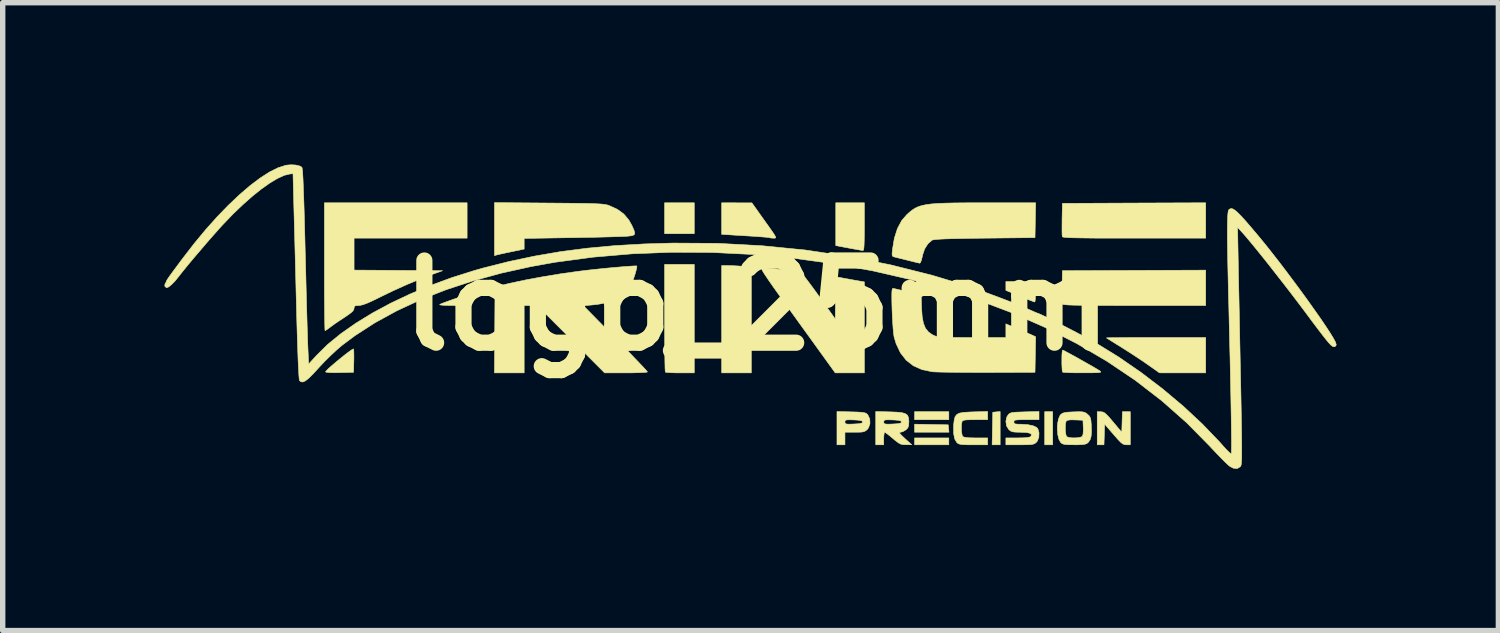
<source format=kicad_pcb>
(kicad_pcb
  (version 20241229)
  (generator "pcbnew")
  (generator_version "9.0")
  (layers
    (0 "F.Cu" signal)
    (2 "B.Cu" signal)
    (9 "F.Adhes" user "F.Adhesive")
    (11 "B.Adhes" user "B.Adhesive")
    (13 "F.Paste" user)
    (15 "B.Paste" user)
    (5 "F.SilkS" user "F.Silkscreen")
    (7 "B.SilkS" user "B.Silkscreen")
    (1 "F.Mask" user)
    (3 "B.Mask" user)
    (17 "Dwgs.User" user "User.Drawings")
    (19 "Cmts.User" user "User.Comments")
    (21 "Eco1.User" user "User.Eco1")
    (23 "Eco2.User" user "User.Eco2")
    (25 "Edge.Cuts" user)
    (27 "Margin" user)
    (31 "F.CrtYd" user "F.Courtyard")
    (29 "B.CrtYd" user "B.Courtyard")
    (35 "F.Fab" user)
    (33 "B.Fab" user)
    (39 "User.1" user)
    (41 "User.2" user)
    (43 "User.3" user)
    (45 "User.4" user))
  (footprint "logo_25mm"
    (layer "F.Cu")
    (at 10.987 2.615)
    (property "Reference" "logo_25mm" (at 0 0 0) (layer "F.SilkS") (effects (font (size 1.524 1.524) (thickness 0.3))))
    (attr through_hole)
    (fp_poly (pts (xy -1.164 -1.333) (xy -1.714 -1.333) (xy -1.714 -1.905) (xy -1.164 -1.905) (xy -1.164 -1.333)) (stroke (width 0.01) (type solid)) (fill yes) (layer "F.SilkS"))
    (fp_poly (pts (xy 3.556 2.117) (xy 2.921 2.117) (xy 2.921 1.968) (xy 3.556 1.968) (xy 3.556 2.117)) (stroke (width 0.01) (type solid)) (fill yes) (layer "F.SilkS"))
    (fp_poly (pts (xy 3.556 2.582) (xy 2.921 2.582) (xy 2.921 2.455) (xy 3.556 2.455) (xy 3.556 2.582)) (stroke (width 0.01) (type solid)) (fill yes) (layer "F.SilkS"))
    (fp_poly (pts (xy 5.482 2.582) (xy 5.334 2.582) (xy 5.334 1.968) (xy 5.482 1.968) (xy 5.482 2.582)) (stroke (width 0.01) (type solid)) (fill yes) (layer "F.SilkS"))
    (fp_poly (pts (xy 4.508 2.582) (xy 4.359 2.582) (xy 4.371 1.979) (xy 4.44 1.972) (xy 4.508 1.966) (xy 4.508 2.582)) (stroke (width 0.01) (type solid)) (fill yes) (layer "F.SilkS"))
    (fp_poly (pts (xy 3.233 2.206) (xy 3.545 2.212) (xy 3.552 2.281) (xy 3.559 2.349) (xy 2.921 2.349) (xy 2.921 2.2) (xy 3.233 2.206)) (stroke (width 0.01) (type solid)) (fill yes) (layer "F.SilkS"))
    (fp_poly (pts (xy -0.462 -0.739) (xy -0.362 -0.734) (xy -0.268 -0.727) (xy -0.106 -0.713) (xy -0.106 1.249) (xy -0.656 1.249) (xy -0.656 -0.741) (xy -0.543 -0.741) (xy -0.462 -0.739)) (stroke (width 0.01) (type solid)) (fill yes) (layer "F.SilkS"))
    (fp_poly (pts (xy 5.165 -0.254) (xy 5.163 -0.17) (xy 5.159 -0.106) (xy 5.152 -0.069) (xy 5.149 -0.065) (xy 5.124 -0.073) (xy 5.069 -0.094) (xy 4.989 -0.126) (xy 4.894 -0.165) (xy 4.874 -0.173) (xy 4.614 -0.281) (xy 4.614 -0.445) (xy 5.165 -0.445) (xy 5.165 -0.254)) (stroke (width 0.01) (type solid)) (fill yes) (layer "F.SilkS"))
    (fp_poly (pts (xy 1.99 -1.46) (xy 1.989 -1.305) (xy 1.987 -1.188) (xy 1.984 -1.105) (xy 1.979 -1.052) (xy 1.971 -1.025) (xy 1.963 -1.019) (xy 1.933 -1.024) (xy 1.87 -1.035) (xy 1.785 -1.05) (xy 1.699 -1.066) (xy 1.46 -1.111) (xy 1.46 -1.905) (xy 1.99 -1.905) (xy 1.99 -1.46)) (stroke (width 0.01) (type solid)) (fill yes) (layer "F.SilkS"))
    (fp_poly (pts (xy -5.384 -0.172) (xy -5.377 -0.124) (xy -5.376 -0.095) (xy -5.376 0) (xy -5.646 -0.001) (xy -5.756 -0.002) (xy -5.834 -0.006) (xy -5.878 -0.012) (xy -5.884 -0.02) (xy -5.852 -0.034) (xy -5.791 -0.058) (xy -5.711 -0.087) (xy -5.624 -0.118) (xy -5.538 -0.147) (xy -5.465 -0.171) (xy -5.413 -0.187) (xy -5.395 -0.191) (xy -5.384 -0.172)) (stroke (width 0.01) (type solid)) (fill yes) (layer "F.SilkS"))
    (fp_poly (pts (xy -1.164 1.249) (xy -1.425 1.249) (xy -1.526 1.248) (xy -1.612 1.245) (xy -1.672 1.24) (xy -1.7 1.235) (xy -1.7 1.235) (xy -1.703 1.211) (xy -1.706 1.15) (xy -1.708 1.054) (xy -1.71 0.929) (xy -1.712 0.779) (xy -1.713 0.607) (xy -1.714 0.418) (xy -1.714 0.229) (xy -1.714 -0.762) (xy -1.164 -0.762) (xy -1.164 1.249)) (stroke (width 0.01) (type solid)) (fill yes) (layer "F.SilkS"))
    (fp_poly (pts (xy -7.478 0.824) (xy -7.476 0.877) (xy -7.475 0.955) (xy -7.476 1.021) (xy -7.482 1.238) (xy -7.742 1.244) (xy -7.855 1.245) (xy -7.939 1.242) (xy -7.989 1.236) (xy -8.001 1.229) (xy -7.985 1.208) (xy -7.943 1.166) (xy -7.881 1.111) (xy -7.806 1.047) (xy -7.725 0.981) (xy -7.646 0.917) (xy -7.575 0.863) (xy -7.52 0.824) (xy -7.487 0.805) (xy -7.483 0.804) (xy -7.478 0.824)) (stroke (width 0.01) (type solid)) (fill yes) (layer "F.SilkS"))
    (fp_poly (pts (xy 8.319 -1.249) (xy 6.995 -1.249) (xy 6.716 -1.249) (xy 6.478 -1.249) (xy 6.276 -1.25) (xy 6.108 -1.252) (xy 5.971 -1.254) (xy 5.864 -1.256) (xy 5.782 -1.259) (xy 5.724 -1.263) (xy 5.686 -1.267) (xy 5.666 -1.272) (xy 5.661 -1.276) (xy 5.657 -1.307) (xy 5.655 -1.371) (xy 5.655 -1.46) (xy 5.656 -1.566) (xy 5.656 -1.599) (xy 5.662 -1.894) (xy 6.99 -1.9) (xy 8.319 -1.905) (xy 8.319 -1.249)) (stroke (width 0.01) (type solid)) (fill yes) (layer "F.SilkS"))
    (fp_poly (pts (xy 8.319 0) (xy 6.995 0) (xy 6.716 -0.000151) (xy 6.478 -0.001) (xy 6.276 -0.002) (xy 6.108 -0.003) (xy 5.971 -0.005) (xy 5.864 -0.007) (xy 5.782 -0.01) (xy 5.724 -0.014) (xy 5.686 -0.018) (xy 5.666 -0.023) (xy 5.661 -0.027) (xy 5.657 -0.058) (xy 5.655 -0.122) (xy 5.655 -0.211) (xy 5.656 -0.317) (xy 5.656 -0.35) (xy 5.662 -0.646) (xy 6.99 -0.651) (xy 8.319 -0.656) (xy 8.319 0)) (stroke (width 0.01) (type solid)) (fill yes) (layer "F.SilkS"))
    (fp_poly (pts (xy -0.376 -1.904) (xy -0.095 -1.903) (xy 0.116 -1.606) (xy 0.202 -1.486) (xy 0.265 -1.396) (xy 0.309 -1.333) (xy 0.335 -1.29) (xy 0.346 -1.265) (xy 0.344 -1.253) (xy 0.331 -1.249) (xy 0.31 -1.249) (xy 0.301 -1.249) (xy 0.254 -1.252) (xy 0.231 -1.258) (xy 0.208 -1.262) (xy 0.149 -1.268) (xy 0.061 -1.275) (xy -0.051 -1.283) (xy -0.179 -1.291) (xy -0.217 -1.293) (xy -0.656 -1.32) (xy -0.656 -1.905) (xy -0.376 -1.904)) (stroke (width 0.01) (type solid)) (fill yes) (layer "F.SilkS"))
    (fp_poly (pts (xy 6.921 2.582) (xy 6.848 2.582) (xy 6.814 2.579) (xy 6.783 2.567) (xy 6.747 2.54) (xy 6.7 2.492) (xy 6.635 2.419) (xy 6.61 2.39) (xy 6.445 2.199) (xy 6.439 2.39) (xy 6.433 2.582) (xy 6.308 2.582) (xy 6.308 1.968) (xy 6.376 1.97) (xy 6.41 1.974) (xy 6.442 1.989) (xy 6.48 2.021) (xy 6.531 2.075) (xy 6.6 2.156) (xy 6.604 2.161) (xy 6.763 2.35) (xy 6.775 1.968) (xy 6.921 1.968) (xy 6.921 2.582)) (stroke (width 0.01) (type solid)) (fill yes) (layer "F.SilkS"))
    (fp_poly (pts (xy 8.319 1.249) (xy 7.89 1.249) (xy 7.461 1.248) (xy 7.25 1.099) (xy 7.149 1.029) (xy 7.027 0.948) (xy 6.898 0.864) (xy 6.776 0.787) (xy 6.763 0.778) (xy 6.667 0.719) (xy 6.584 0.667) (xy 6.522 0.628) (xy 6.485 0.605) (xy 6.479 0.6) (xy 6.497 0.599) (xy 6.554 0.597) (xy 6.645 0.596) (xy 6.765 0.595) (xy 6.91 0.594) (xy 7.077 0.593) (xy 7.261 0.593) (xy 7.394 0.593) (xy 8.319 0.593) (xy 8.319 1.249)) (stroke (width 0.01) (type solid)) (fill yes) (layer "F.SilkS"))
    (fp_poly (pts (xy 5.689 0.835) (xy 5.741 0.863) (xy 5.816 0.903) (xy 5.906 0.952) (xy 6.003 1.007) (xy 6.102 1.063) (xy 6.194 1.115) (xy 6.273 1.161) (xy 6.331 1.196) (xy 6.361 1.215) (xy 6.373 1.227) (xy 6.37 1.236) (xy 6.348 1.241) (xy 6.301 1.245) (xy 6.224 1.247) (xy 6.112 1.248) (xy 6.041 1.248) (xy 5.922 1.248) (xy 5.817 1.246) (xy 5.735 1.242) (xy 5.682 1.238) (xy 5.666 1.235) (xy 5.659 1.209) (xy 5.655 1.154) (xy 5.652 1.081) (xy 5.652 1.001) (xy 5.653 0.925) (xy 5.657 0.864) (xy 5.663 0.83) (xy 5.666 0.826) (xy 5.689 0.835)) (stroke (width 0.01) (type solid)) (fill yes) (layer "F.SilkS"))
    (fp_poly (pts (xy 4.276 2.117) (xy 4.045 2.117) (xy 3.94 2.118) (xy 3.871 2.121) (xy 3.829 2.129) (xy 3.808 2.14) (xy 3.802 2.15) (xy 3.792 2.201) (xy 3.789 2.269) (xy 3.792 2.341) (xy 3.802 2.4) (xy 3.814 2.43) (xy 3.851 2.443) (xy 3.926 2.452) (xy 4.039 2.455) (xy 4.058 2.455) (xy 4.276 2.455) (xy 4.276 2.582) (xy 4.011 2.582) (xy 3.899 2.582) (xy 3.82 2.579) (xy 3.769 2.573) (xy 3.735 2.563) (xy 3.712 2.547) (xy 3.705 2.541) (xy 3.665 2.474) (xy 3.645 2.371) (xy 3.644 2.233) (xy 3.646 2.207) (xy 3.656 2.123) (xy 3.672 2.063) (xy 3.702 2.022) (xy 3.751 1.996) (xy 3.827 1.982) (xy 3.935 1.975) (xy 4.012 1.972) (xy 4.276 1.965) (xy 4.276 2.117)) (stroke (width 0.01) (type solid)) (fill yes) (layer "F.SilkS"))
    (fp_poly (pts (xy -3.858 -1.9) (xy -3.622 -1.898) (xy -3.425 -1.896) (xy -3.263 -1.894) (xy -3.131 -1.892) (xy -3.026 -1.889) (xy -2.944 -1.885) (xy -2.88 -1.881) (xy -2.832 -1.875) (xy -2.794 -1.869) (xy -2.764 -1.861) (xy -2.741 -1.853) (xy -2.589 -1.783) (xy -2.47 -1.696) (xy -2.378 -1.587) (xy -2.319 -1.482) (xy -2.282 -1.397) (xy -2.267 -1.342) (xy -2.279 -1.311) (xy -2.323 -1.294) (xy -2.404 -1.285) (xy -2.439 -1.283) (xy -2.5 -1.28) (xy -2.596 -1.277) (xy -2.724 -1.273) (xy -2.877 -1.269) (xy -3.048 -1.265) (xy -3.234 -1.262) (xy -3.427 -1.258) (xy -3.466 -1.258) (xy -4.318 -1.244) (xy -4.318 -1.047) (xy -4.546 -0.999) (xy -4.643 -0.979) (xy -4.73 -0.96) (xy -4.794 -0.946) (xy -4.821 -0.939) (xy -4.868 -0.926) (xy -4.868 -1.908) (xy -3.858 -1.9)) (stroke (width 0.01) (type solid)) (fill yes) (layer "F.SilkS"))
    (fp_poly (pts (xy 0.155 -0.696) (xy 0.231 -0.69) (xy 0.327 -0.681) (xy 0.434 -0.67) (xy 0.543 -0.658) (xy 0.644 -0.646) (xy 0.727 -0.635) (xy 0.785 -0.627) (xy 0.804 -0.623) (xy 0.825 -0.603) (xy 0.866 -0.554) (xy 0.924 -0.479) (xy 0.995 -0.384) (xy 1.076 -0.274) (xy 1.143 -0.181) (xy 1.45 0.249) (xy 1.461 -0.534) (xy 1.519 -0.523) (xy 1.565 -0.514) (xy 1.64 -0.5) (xy 1.731 -0.484) (xy 1.783 -0.474) (xy 1.99 -0.438) (xy 1.99 1.249) (xy 1.72 1.249) (xy 1.45 1.249) (xy 0.747 0.275) (xy 0.598 0.068) (xy 0.471 -0.108) (xy 0.366 -0.254) (xy 0.281 -0.374) (xy 0.214 -0.471) (xy 0.163 -0.546) (xy 0.126 -0.602) (xy 0.102 -0.643) (xy 0.089 -0.67) (xy 0.086 -0.687) (xy 0.09 -0.695) (xy 0.1 -0.698) (xy 0.108 -0.699) (xy 0.155 -0.696)) (stroke (width 0.01) (type solid)) (fill yes) (layer "F.SilkS"))
    (fp_poly (pts (xy -5.376 -1.249) (xy -7.472 -1.249) (xy -7.472 -0.657) (xy -5.831 -0.646) (xy -6.001 -0.585) (xy -6.234 -0.497) (xy -6.49 -0.39) (xy -6.754 -0.271) (xy -6.987 -0.158) (xy -7.121 -0.092) (xy -7.223 -0.046) (xy -7.3 -0.017) (xy -7.357 -0.003) (xy -7.387 0) (xy -7.442 0.003) (xy -7.466 0.017) (xy -7.472 0.048) (xy -7.472 0.052) (xy -7.479 0.08) (xy -7.503 0.112) (xy -7.551 0.151) (xy -7.628 0.205) (xy -7.657 0.224) (xy -7.745 0.282) (xy -7.828 0.338) (xy -7.894 0.386) (xy -7.919 0.405) (xy -7.968 0.441) (xy -8.002 0.463) (xy -8.009 0.466) (xy -8.012 0.445) (xy -8.014 0.386) (xy -8.016 0.292) (xy -8.018 0.167) (xy -8.019 0.015) (xy -8.021 -0.16) (xy -8.022 -0.355) (xy -8.022 -0.566) (xy -8.022 -0.72) (xy -8.022 -1.905) (xy -5.376 -1.905) (xy -5.376 -1.249)) (stroke (width 0.01) (type solid)) (fill yes) (layer "F.SilkS"))
    (fp_poly (pts (xy 1.748 1.972) (xy 1.859 1.975) (xy 1.936 1.98) (xy 1.987 1.987) (xy 2.019 1.997) (xy 2.041 2.013) (xy 2.055 2.029) (xy 2.09 2.102) (xy 2.094 2.186) (xy 2.069 2.264) (xy 2.044 2.298) (xy 2.014 2.323) (xy 1.981 2.339) (xy 1.933 2.347) (xy 1.859 2.349) (xy 1.811 2.349) (xy 1.63 2.349) (xy 1.63 2.582) (xy 1.482 2.582) (xy 1.482 2.159) (xy 1.63 2.159) (xy 1.633 2.181) (xy 1.647 2.194) (xy 1.682 2.199) (xy 1.746 2.199) (xy 1.794 2.197) (xy 1.88 2.192) (xy 1.931 2.184) (xy 1.954 2.171) (xy 1.958 2.159) (xy 1.949 2.142) (xy 1.917 2.131) (xy 1.854 2.124) (xy 1.794 2.121) (xy 1.711 2.119) (xy 1.662 2.121) (xy 1.638 2.129) (xy 1.63 2.146) (xy 1.63 2.159) (xy 1.482 2.159) (xy 1.482 1.965) (xy 1.748 1.972)) (stroke (width 0.01) (type solid)) (fill yes) (layer "F.SilkS"))
    (fp_poly (pts (xy 5.16 -1.582) (xy 5.154 -1.259) (xy 4.223 -1.249) (xy 3.981 -1.246) (xy 3.78 -1.242) (xy 3.615 -1.239) (xy 3.484 -1.235) (xy 3.384 -1.23) (xy 3.313 -1.224) (xy 3.267 -1.218) (xy 3.245 -1.212) (xy 3.169 -1.146) (xy 3.108 -1.049) (xy 3.068 -0.931) (xy 3.065 -0.912) (xy 3.049 -0.845) (xy 3.031 -0.799) (xy 3.018 -0.785) (xy 2.988 -0.791) (xy 2.928 -0.805) (xy 2.848 -0.825) (xy 2.805 -0.836) (xy 2.713 -0.859) (xy 2.631 -0.879) (xy 2.571 -0.894) (xy 2.556 -0.898) (xy 2.523 -0.907) (xy 2.507 -0.924) (xy 2.504 -0.96) (xy 2.51 -1.025) (xy 2.51 -1.032) (xy 2.546 -1.248) (xy 2.604 -1.429) (xy 2.684 -1.578) (xy 2.779 -1.687) (xy 2.831 -1.733) (xy 2.88 -1.772) (xy 2.931 -1.805) (xy 2.988 -1.832) (xy 3.054 -1.853) (xy 3.133 -1.87) (xy 3.23 -1.883) (xy 3.347 -1.892) (xy 3.49 -1.898) (xy 3.662 -1.902) (xy 3.866 -1.904) (xy 4.107 -1.905) (xy 4.229 -1.905) (xy 5.166 -1.905) (xy 5.16 -1.582)) (stroke (width 0.01) (type solid)) (fill yes) (layer "F.SilkS"))
    (fp_poly (pts (xy -2.229 -0.733) (xy -2.229 -0.709) (xy -2.241 -0.656) (xy -2.26 -0.587) (xy -2.284 -0.514) (xy -2.308 -0.447) (xy -2.327 -0.404) (xy -2.406 -0.281) (xy -2.503 -0.183) (xy -2.625 -0.109) (xy -2.775 -0.055) (xy -2.958 -0.021) (xy -3.053 -0.011) (xy -3.218 0.004) (xy -2.625 0.608) (xy -2.495 0.741) (xy -2.376 0.864) (xy -2.269 0.975) (xy -2.178 1.07) (xy -2.106 1.146) (xy -2.057 1.2) (xy -2.034 1.228) (xy -2.032 1.231) (xy -2.052 1.237) (xy -2.108 1.241) (xy -2.193 1.245) (xy -2.301 1.248) (xy -2.425 1.249) (xy -2.429 1.249) (xy -2.826 1.249) (xy -3.45 0.624) (xy -4.074 0) (xy -4.318 0) (xy -4.318 1.249) (xy -4.869 1.249) (xy -4.863 0.45) (xy -4.858 -0.349) (xy -4.561 -0.417) (xy -4.274 -0.478) (xy -3.959 -0.536) (xy -3.635 -0.589) (xy -3.315 -0.634) (xy -3.143 -0.655) (xy -2.995 -0.671) (xy -2.844 -0.687) (xy -2.697 -0.701) (xy -2.56 -0.713) (xy -2.439 -0.723) (xy -2.341 -0.73) (xy -2.27 -0.734) (xy -2.233 -0.734) (xy -2.229 -0.733)) (stroke (width 0.01) (type solid)) (fill yes) (layer "F.SilkS"))
    (fp_poly (pts (xy 5.228 2.117) (xy 4.995 2.117) (xy 4.893 2.117) (xy 4.827 2.12) (xy 4.787 2.125) (xy 4.769 2.135) (xy 4.763 2.151) (xy 4.763 2.159) (xy 4.767 2.182) (xy 4.787 2.195) (xy 4.831 2.2) (xy 4.895 2.201) (xy 5.02 2.209) (xy 5.118 2.229) (xy 5.184 2.26) (xy 5.207 2.286) (xy 5.228 2.359) (xy 5.225 2.44) (xy 5.199 2.511) (xy 5.179 2.536) (xy 5.155 2.556) (xy 5.126 2.569) (xy 5.084 2.577) (xy 5.02 2.581) (xy 4.926 2.582) (xy 4.872 2.582) (xy 4.614 2.582) (xy 4.614 2.455) (xy 4.834 2.455) (xy 4.947 2.453) (xy 5.023 2.447) (xy 5.066 2.435) (xy 5.077 2.427) (xy 5.09 2.393) (xy 5.063 2.369) (xy 4.996 2.354) (xy 4.888 2.35) (xy 4.884 2.349) (xy 4.798 2.348) (xy 4.742 2.342) (xy 4.704 2.328) (xy 4.673 2.304) (xy 4.666 2.298) (xy 4.625 2.229) (xy 4.614 2.146) (xy 4.632 2.065) (xy 4.655 2.029) (xy 4.674 2.008) (xy 4.698 1.994) (xy 4.734 1.984) (xy 4.791 1.978) (xy 4.877 1.975) (xy 4.962 1.972) (xy 5.228 1.965) (xy 5.228 2.117)) (stroke (width 0.01) (type solid)) (fill yes) (layer "F.SilkS"))
    (fp_poly (pts (xy 2.464 1.972) (xy 2.594 1.977) (xy 2.687 1.987) (xy 2.75 2.005) (xy 2.789 2.034) (xy 2.808 2.077) (xy 2.815 2.137) (xy 2.815 2.161) (xy 2.811 2.229) (xy 2.793 2.273) (xy 2.759 2.306) (xy 2.707 2.337) (xy 2.659 2.35) (xy 2.659 2.35) (xy 2.642 2.356) (xy 2.649 2.374) (xy 2.683 2.411) (xy 2.741 2.466) (xy 2.868 2.581) (xy 2.762 2.581) (xy 2.707 2.579) (xy 2.663 2.569) (xy 2.619 2.545) (xy 2.561 2.501) (xy 2.52 2.466) (xy 2.456 2.413) (xy 2.403 2.372) (xy 2.371 2.351) (xy 2.366 2.349) (xy 2.357 2.369) (xy 2.351 2.418) (xy 2.349 2.466) (xy 2.349 2.582) (xy 2.201 2.582) (xy 2.201 2.159) (xy 2.349 2.159) (xy 2.352 2.181) (xy 2.367 2.194) (xy 2.402 2.199) (xy 2.466 2.199) (xy 2.514 2.197) (xy 2.6 2.192) (xy 2.651 2.184) (xy 2.674 2.171) (xy 2.678 2.159) (xy 2.668 2.142) (xy 2.636 2.131) (xy 2.574 2.124) (xy 2.514 2.121) (xy 2.431 2.119) (xy 2.382 2.121) (xy 2.358 2.129) (xy 2.35 2.146) (xy 2.349 2.159) (xy 2.201 2.159) (xy 2.201 1.965) (xy 2.464 1.972)) (stroke (width 0.01) (type solid)) (fill yes) (layer "F.SilkS"))
    (fp_poly (pts (xy 2.55 -0.312) (xy 2.612 -0.298) (xy 2.697 -0.277) (xy 2.796 -0.252) (xy 3.044 -0.186) (xy 3.051 0.05) (xy 3.062 0.207) (xy 3.085 0.328) (xy 3.122 0.42) (xy 3.177 0.489) (xy 3.25 0.541) (xy 3.259 0.545) (xy 3.287 0.559) (xy 3.316 0.569) (xy 3.35 0.578) (xy 3.394 0.584) (xy 3.454 0.588) (xy 3.535 0.59) (xy 3.642 0.592) (xy 3.78 0.593) (xy 3.955 0.593) (xy 3.984 0.593) (xy 4.614 0.593) (xy 4.614 0.34) (xy 4.831 0.432) (xy 4.926 0.472) (xy 5.011 0.509) (xy 5.077 0.538) (xy 5.107 0.551) (xy 5.166 0.579) (xy 5.154 1.238) (xy 4.276 1.241) (xy 4.08 1.241) (xy 3.893 1.24) (xy 3.718 1.239) (xy 3.562 1.237) (xy 3.43 1.235) (xy 3.328 1.232) (xy 3.26 1.229) (xy 3.246 1.227) (xy 3.06 1.189) (xy 2.9 1.118) (xy 2.766 1.014) (xy 2.659 0.877) (xy 2.579 0.708) (xy 2.541 0.582) (xy 2.533 0.527) (xy 2.524 0.438) (xy 2.516 0.325) (xy 2.509 0.197) (xy 2.504 0.079) (xy 2.5 -0.064) (xy 2.499 -0.17) (xy 2.5 -0.243) (xy 2.504 -0.289) (xy 2.511 -0.312) (xy 2.52 -0.318) (xy 2.55 -0.312)) (stroke (width 0.01) (type solid)) (fill yes) (layer "F.SilkS"))
    (fp_poly (pts (xy 6.027 1.971) (xy 6.069 1.979) (xy 6.101 1.995) (xy 6.129 2.017) (xy 6.161 2.048) (xy 6.18 2.082) (xy 6.191 2.131) (xy 6.197 2.207) (xy 6.198 2.231) (xy 6.201 2.345) (xy 6.194 2.427) (xy 6.177 2.486) (xy 6.146 2.532) (xy 6.138 2.541) (xy 6.113 2.56) (xy 6.079 2.572) (xy 6.026 2.579) (xy 5.947 2.582) (xy 5.884 2.582) (xy 5.784 2.581) (xy 5.717 2.577) (xy 5.673 2.568) (xy 5.644 2.552) (xy 5.632 2.542) (xy 5.598 2.483) (xy 5.577 2.398) (xy 5.568 2.298) (xy 5.57 2.248) (xy 5.716 2.248) (xy 5.717 2.321) (xy 5.725 2.385) (xy 5.737 2.426) (xy 5.74 2.43) (xy 5.779 2.446) (xy 5.842 2.454) (xy 5.915 2.454) (xy 5.981 2.446) (xy 6.025 2.431) (xy 6.031 2.425) (xy 6.045 2.386) (xy 6.05 2.315) (xy 6.049 2.261) (xy 6.043 2.127) (xy 5.897 2.121) (xy 5.806 2.12) (xy 5.753 2.129) (xy 5.733 2.142) (xy 5.721 2.183) (xy 5.716 2.248) (xy 5.57 2.248) (xy 5.572 2.196) (xy 5.589 2.105) (xy 5.618 2.037) (xy 5.63 2.023) (xy 5.658 2.001) (xy 5.696 1.987) (xy 5.755 1.978) (xy 5.843 1.973) (xy 5.871 1.972) (xy 5.965 1.969) (xy 6.027 1.971)) (stroke (width 0.01) (type solid)) (fill yes) (layer "F.SilkS"))
    (fp_poly (pts (xy -8.553 -2.605) (xy -8.48 -2.587) (xy -8.441 -2.565) (xy -8.436 -2.553) (xy -8.432 -2.527) (xy -8.427 -2.483) (xy -8.423 -2.42) (xy -8.418 -2.335) (xy -8.414 -2.227) (xy -8.409 -2.093) (xy -8.403 -1.931) (xy -8.397 -1.739) (xy -8.391 -1.514) (xy -8.384 -1.255) (xy -8.377 -0.96) (xy -8.368 -0.625) (xy -8.362 -0.381) (xy -8.357 -0.177) (xy -8.352 0.025) (xy -8.346 0.219) (xy -8.341 0.398) (xy -8.336 0.555) (xy -8.332 0.685) (xy -8.328 0.781) (xy -8.327 0.802) (xy -8.314 1.085) (xy -8.167 0.925) (xy -7.963 0.723) (xy -7.719 0.524) (xy -7.441 0.329) (xy -7.131 0.139) (xy -6.795 -0.042) (xy -6.434 -0.213) (xy -6.054 -0.372) (xy -5.657 -0.518) (xy -5.248 -0.647) (xy -5.08 -0.695) (xy -4.603 -0.815) (xy -4.126 -0.916) (xy -3.644 -0.999) (xy -3.149 -1.063) (xy -2.634 -1.111) (xy -2.093 -1.142) (xy -1.563 -1.158) (xy -0.733 -1.153) (xy 0.088 -1.109) (xy 0.898 -1.029) (xy 1.696 -0.91) (xy 2.478 -0.754) (xy 3.243 -0.562) (xy 3.821 -0.388) (xy 3.971 -0.338) (xy 4.141 -0.278) (xy 4.321 -0.212) (xy 4.503 -0.144) (xy 4.677 -0.078) (xy 4.833 -0.015) (xy 4.962 0.038) (xy 5.001 0.056) (xy 5.086 0.093) (xy 5.156 0.124) (xy 5.203 0.143) (xy 5.218 0.148) (xy 5.243 0.158) (xy 5.3 0.184) (xy 5.383 0.224) (xy 5.486 0.276) (xy 5.603 0.335) (xy 5.728 0.399) (xy 5.856 0.465) (xy 5.98 0.53) (xy 6.095 0.592) (xy 6.195 0.646) (xy 6.274 0.69) (xy 6.289 0.698) (xy 6.709 0.957) (xy 7.122 1.242) (xy 7.522 1.547) (xy 7.902 1.866) (xy 8.255 2.195) (xy 8.574 2.527) (xy 8.641 2.603) (xy 8.701 2.669) (xy 8.75 2.718) (xy 8.784 2.746) (xy 8.794 2.749) (xy 8.796 2.725) (xy 8.797 2.661) (xy 8.798 2.56) (xy 8.797 2.423) (xy 8.795 2.253) (xy 8.792 2.053) (xy 8.788 1.824) (xy 8.783 1.569) (xy 8.777 1.29) (xy 8.771 0.99) (xy 8.763 0.67) (xy 8.755 0.334) (xy 8.747 -0.017) (xy 8.741 -0.222) (xy 8.734 -0.538) (xy 8.728 -0.813) (xy 8.724 -1.05) (xy 8.721 -1.249) (xy 8.721 -1.414) (xy 8.723 -1.545) (xy 8.726 -1.645) (xy 8.732 -1.716) (xy 8.739 -1.759) (xy 8.746 -1.774) (xy 8.769 -1.792) (xy 8.796 -1.798) (xy 8.827 -1.789) (xy 8.867 -1.763) (xy 8.919 -1.717) (xy 8.986 -1.649) (xy 9.07 -1.555) (xy 9.174 -1.434) (xy 9.302 -1.282) (xy 9.303 -1.281) (xy 9.418 -1.141) (xy 9.542 -0.985) (xy 9.674 -0.816) (xy 9.809 -0.639) (xy 9.946 -0.456) (xy 10.081 -0.274) (xy 10.211 -0.095) (xy 10.333 0.077) (xy 10.445 0.236) (xy 10.542 0.379) (xy 10.623 0.503) (xy 10.684 0.602) (xy 10.722 0.672) (xy 10.726 0.682) (xy 10.74 0.726) (xy 10.73 0.75) (xy 10.716 0.759) (xy 10.701 0.765) (xy 10.684 0.763) (xy 10.663 0.751) (xy 10.634 0.727) (xy 10.596 0.685) (xy 10.546 0.625) (xy 10.482 0.543) (xy 10.4 0.436) (xy 10.298 0.301) (xy 10.175 0.135) (xy 10.161 0.116) (xy 10.035 -0.051) (xy 9.901 -0.227) (xy 9.762 -0.407) (xy 9.622 -0.586) (xy 9.486 -0.76) (xy 9.356 -0.923) (xy 9.237 -1.07) (xy 9.132 -1.197) (xy 9.047 -1.298) (xy 8.996 -1.355) (xy 8.91 -1.45) (xy 8.922 -0.836) (xy 8.924 -0.71) (xy 8.927 -0.548) (xy 8.931 -0.353) (xy 8.936 -0.131) (xy 8.941 0.111) (xy 8.946 0.371) (xy 8.951 0.641) (xy 8.957 0.918) (xy 8.962 1.195) (xy 8.966 1.363) (xy 8.972 1.66) (xy 8.977 1.918) (xy 8.981 2.14) (xy 8.984 2.328) (xy 8.986 2.485) (xy 8.987 2.614) (xy 8.987 2.718) (xy 8.987 2.8) (xy 8.985 2.862) (xy 8.982 2.908) (xy 8.979 2.941) (xy 8.974 2.963) (xy 8.968 2.978) (xy 8.962 2.987) (xy 8.962 2.987) (xy 8.906 3.022) (xy 8.837 3.018) (xy 8.773 2.987) (xy 8.739 2.96) (xy 8.683 2.907) (xy 8.609 2.833) (xy 8.522 2.743) (xy 8.427 2.643) (xy 8.395 2.608) (xy 7.967 2.174) (xy 7.506 1.767) (xy 7.014 1.387) (xy 6.489 1.034) (xy 5.932 0.707) (xy 5.341 0.406) (xy 4.718 0.132) (xy 4.062 -0.116) (xy 3.554 -0.283) (xy 2.857 -0.479) (xy 2.14 -0.644) (xy 1.408 -0.777) (xy 0.666 -0.878) (xy -0.083 -0.947) (xy -0.832 -0.984) (xy -1.578 -0.988) (xy -2.315 -0.959) (xy -3.04 -0.897) (xy -3.747 -0.802) (xy -4.192 -0.722) (xy -4.743 -0.6) (xy -5.269 -0.456) (xy -5.768 -0.292) (xy -6.239 -0.107) (xy -6.678 0.097) (xy -7.084 0.319) (xy -7.454 0.558) (xy -7.694 0.737) (xy -7.789 0.818) (xy -7.898 0.919) (xy -8.01 1.029) (xy -8.111 1.136) (xy -8.13 1.157) (xy -8.23 1.266) (xy -8.309 1.345) (xy -8.37 1.394) (xy -8.417 1.417) (xy -8.453 1.415) (xy -8.483 1.393) (xy -8.483 1.393) (xy -8.489 1.365) (xy -8.495 1.295) (xy -8.501 1.183) (xy -8.509 1.031) (xy -8.516 0.837) (xy -8.524 0.603) (xy -8.532 0.329) (xy -8.54 0.015) (xy -8.54 0.01) (xy -8.547 -0.245) (xy -8.553 -0.503) (xy -8.56 -0.758) (xy -8.566 -1.005) (xy -8.572 -1.237) (xy -8.578 -1.449) (xy -8.583 -1.636) (xy -8.587 -1.79) (xy -8.59 -1.894) (xy -8.604 -2.445) (xy -8.668 -2.438) (xy -8.77 -2.413) (xy -8.893 -2.356) (xy -9.036 -2.27) (xy -9.193 -2.159) (xy -9.361 -2.024) (xy -9.537 -1.868) (xy -9.718 -1.695) (xy -9.9 -1.505) (xy -9.911 -1.494) (xy -9.997 -1.398) (xy -10.099 -1.283) (xy -10.21 -1.156) (xy -10.324 -1.022) (xy -10.436 -0.891) (xy -10.539 -0.768) (xy -10.627 -0.66) (xy -10.696 -0.574) (xy -10.714 -0.55) (xy -10.788 -0.458) (xy -10.856 -0.388) (xy -10.911 -0.344) (xy -10.949 -0.33) (xy -10.953 -0.331) (xy -10.982 -0.36) (xy -10.978 -0.399) (xy -10.97 -0.411) (xy -10.954 -0.441) (xy -10.954 -0.444) (xy -10.951 -0.455) (xy -10.941 -0.473) (xy -10.921 -0.504) (xy -10.888 -0.551) (xy -10.839 -0.619) (xy -10.771 -0.71) (xy -10.682 -0.831) (xy -10.645 -0.879) (xy -10.435 -1.151) (xy -10.223 -1.407) (xy -10.011 -1.644) (xy -9.801 -1.861) (xy -9.596 -2.055) (xy -9.399 -2.224) (xy -9.212 -2.365) (xy -9.039 -2.476) (xy -8.88 -2.555) (xy -8.74 -2.6) (xy -8.73 -2.602) (xy -8.641 -2.61) (xy -8.553 -2.605)) (stroke (width 0.01) (type solid)) (fill yes) (layer "F.SilkS")))
  (gr_rect
    (start -3 -3)
    (end 24.733 8.642)
    (stroke (width 0.1) (type default))
    (fill no)
    (layer "Edge.Cuts")))
</source>
